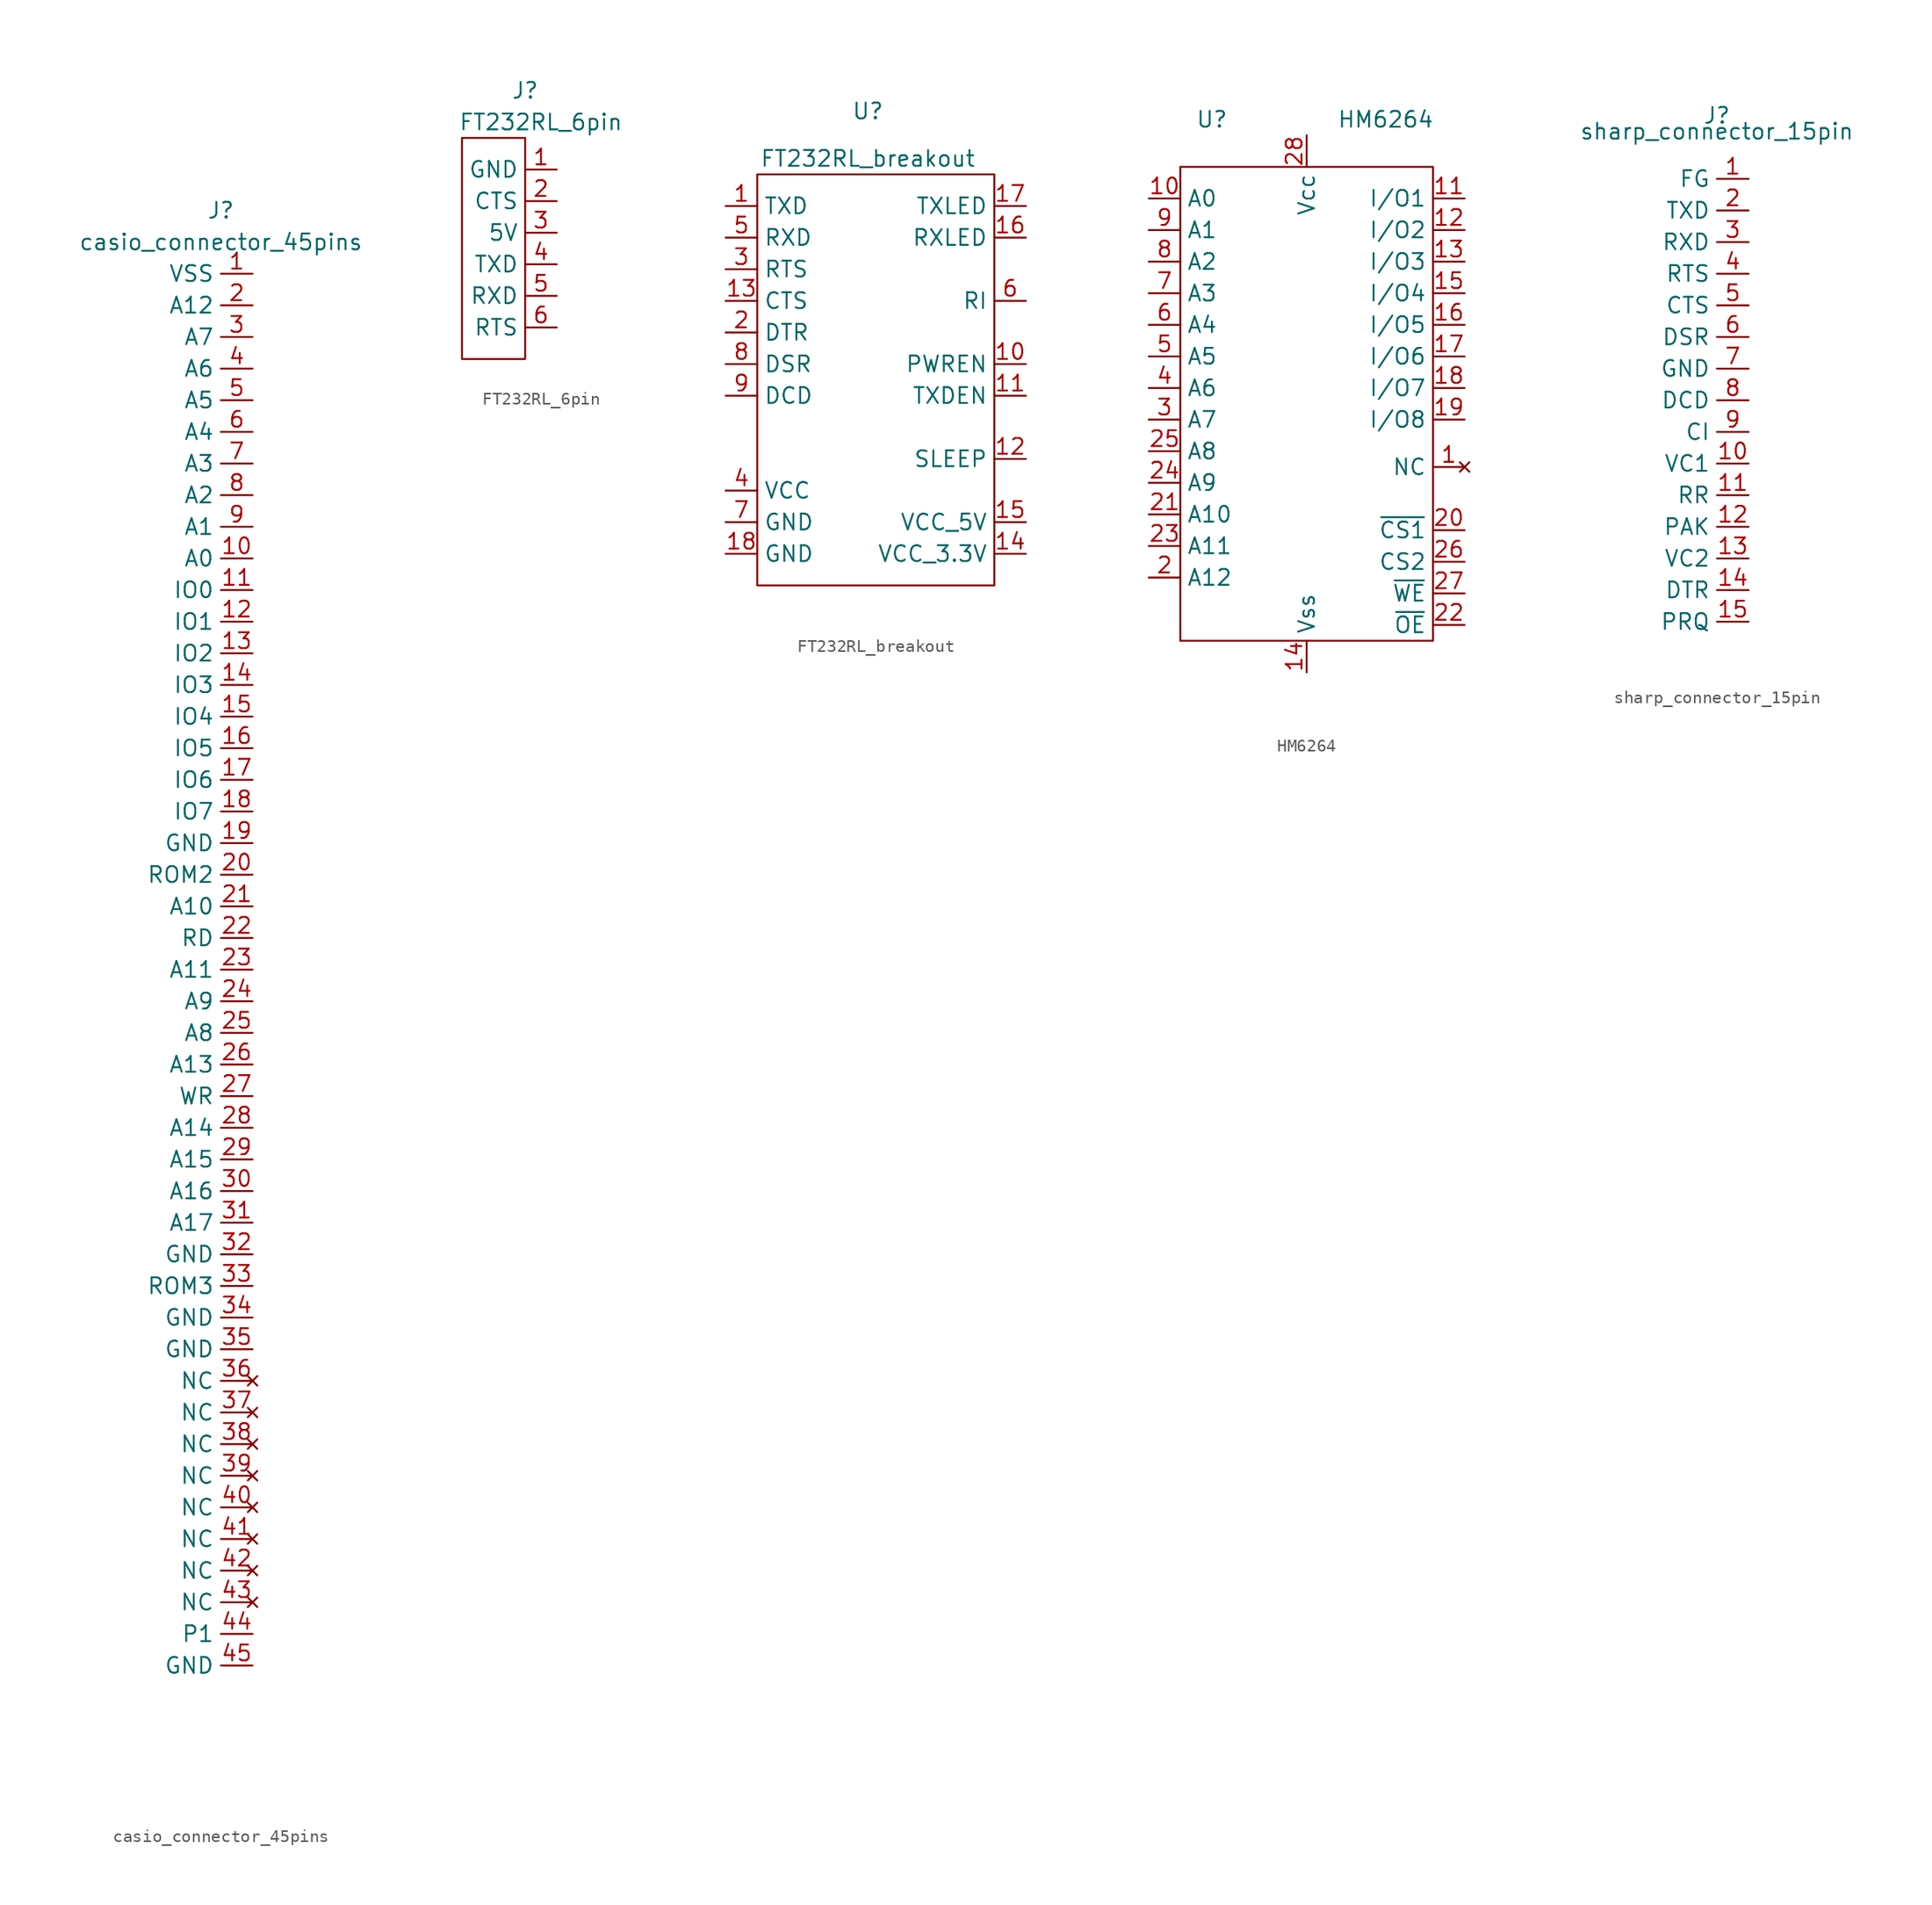
<source format=kicad_sym>
(kicad_symbol_lib
  (version 20211014)
  (generator kicad_symbol_editor)
  (symbol "casio_connector_45pins"
    (property "Reference" "J"
      (at 0 2.54 0)
      (effects (font (size 1.27 1.27))))
    (property "Value" "casio_connector_45pins"
      (at 0 0 0)
      (effects (font (size 1.27 1.27))))
    (symbol "casio_connector_45pins_1_1"
      (pin passive line (at 2.54 -2.54 180) (length 2.54) (name "VSS" (effects (font (size 1.27 1.27)))) (number "1" (effects (font (size 1.27 1.27)))))
      (pin passive line (at 2.54 -25.4 180) (length 2.54) (name "A0" (effects (font (size 1.27 1.27)))) (number "10" (effects (font (size 1.27 1.27)))))
      (pin passive line (at 2.54 -27.94 180) (length 2.54) (name "IO0" (effects (font (size 1.27 1.27)))) (number "11" (effects (font (size 1.27 1.27)))))
      (pin passive line (at 2.54 -30.48 180) (length 2.54) (name "IO1" (effects (font (size 1.27 1.27)))) (number "12" (effects (font (size 1.27 1.27)))))
      (pin passive line (at 2.54 -33.02 180) (length 2.54) (name "IO2" (effects (font (size 1.27 1.27)))) (number "13" (effects (font (size 1.27 1.27)))))
      (pin passive line (at 2.54 -35.56 180) (length 2.54) (name "IO3" (effects (font (size 1.27 1.27)))) (number "14" (effects (font (size 1.27 1.27)))))
      (pin passive line (at 2.54 -38.1 180) (length 2.54) (name "IO4" (effects (font (size 1.27 1.27)))) (number "15" (effects (font (size 1.27 1.27)))))
      (pin passive line (at 2.54 -40.64 180) (length 2.54) (name "IO5" (effects (font (size 1.27 1.27)))) (number "16" (effects (font (size 1.27 1.27)))))
      (pin passive line (at 2.54 -43.18 180) (length 2.54) (name "IO6" (effects (font (size 1.27 1.27)))) (number "17" (effects (font (size 1.27 1.27)))))
      (pin passive line (at 2.54 -45.72 180) (length 2.54) (name "IO7" (effects (font (size 1.27 1.27)))) (number "18" (effects (font (size 1.27 1.27)))))
      (pin passive line (at 2.54 -48.26 180) (length 2.54) (name "GND" (effects (font (size 1.27 1.27)))) (number "19" (effects (font (size 1.27 1.27)))))
      (pin passive line (at 2.54 -5.08 180) (length 2.54) (name "A12" (effects (font (size 1.27 1.27)))) (number "2" (effects (font (size 1.27 1.27)))))
      (pin passive line (at 2.54 -50.8 180) (length 2.54) (name "ROM2" (effects (font (size 1.27 1.27)))) (number "20" (effects (font (size 1.27 1.27)))))
      (pin passive line (at 2.54 -53.34 180) (length 2.54) (name "A10" (effects (font (size 1.27 1.27)))) (number "21" (effects (font (size 1.27 1.27)))))
      (pin passive line (at 2.54 -55.88 180) (length 2.54) (name "RD" (effects (font (size 1.27 1.27)))) (number "22" (effects (font (size 1.27 1.27)))))
      (pin passive line (at 2.54 -58.42 180) (length 2.54) (name "A11" (effects (font (size 1.27 1.27)))) (number "23" (effects (font (size 1.27 1.27)))))
      (pin passive line (at 2.54 -60.96 180) (length 2.54) (name "A9" (effects (font (size 1.27 1.27)))) (number "24" (effects (font (size 1.27 1.27)))))
      (pin passive line (at 2.54 -63.5 180) (length 2.54) (name "A8" (effects (font (size 1.27 1.27)))) (number "25" (effects (font (size 1.27 1.27)))))
      (pin passive line (at 2.54 -66.04 180) (length 2.54) (name "A13" (effects (font (size 1.27 1.27)))) (number "26" (effects (font (size 1.27 1.27)))))
      (pin passive line (at 2.54 -68.58 180) (length 2.54) (name "WR" (effects (font (size 1.27 1.27)))) (number "27" (effects (font (size 1.27 1.27)))))
      (pin passive line (at 2.54 -71.12 180) (length 2.54) (name "A14" (effects (font (size 1.27 1.27)))) (number "28" (effects (font (size 1.27 1.27)))))
      (pin passive line (at 2.54 -73.66 180) (length 2.54) (name "A15" (effects (font (size 1.27 1.27)))) (number "29" (effects (font (size 1.27 1.27)))))
      (pin passive line (at 2.54 -7.62 180) (length 2.54) (name "A7" (effects (font (size 1.27 1.27)))) (number "3" (effects (font (size 1.27 1.27)))))
      (pin passive line (at 2.54 -76.2 180) (length 2.54) (name "A16" (effects (font (size 1.27 1.27)))) (number "30" (effects (font (size 1.27 1.27)))))
      (pin passive line (at 2.54 -78.74 180) (length 2.54) (name "A17" (effects (font (size 1.27 1.27)))) (number "31" (effects (font (size 1.27 1.27)))))
      (pin passive line (at 2.54 -81.28 180) (length 2.54) (name "GND" (effects (font (size 1.27 1.27)))) (number "32" (effects (font (size 1.27 1.27)))))
      (pin passive line (at 2.54 -83.82 180) (length 2.54) (name "ROM3" (effects (font (size 1.27 1.27)))) (number "33" (effects (font (size 1.27 1.27)))))
      (pin passive line (at 2.54 -86.36 180) (length 2.54) (name "GND" (effects (font (size 1.27 1.27)))) (number "34" (effects (font (size 1.27 1.27)))))
      (pin passive line (at 2.54 -88.9 180) (length 2.54) (name "GND" (effects (font (size 1.27 1.27)))) (number "35" (effects (font (size 1.27 1.27)))))
      (pin no_connect line (at 2.54 -91.44 180) (length 2.54) (name "NC" (effects (font (size 1.27 1.27)))) (number "36" (effects (font (size 1.27 1.27)))))
      (pin no_connect line (at 2.54 -93.98 180) (length 2.54) (name "NC" (effects (font (size 1.27 1.27)))) (number "37" (effects (font (size 1.27 1.27)))))
      (pin no_connect line (at 2.54 -96.52 180) (length 2.54) (name "NC" (effects (font (size 1.27 1.27)))) (number "38" (effects (font (size 1.27 1.27)))))
      (pin no_connect line (at 2.54 -99.06 180) (length 2.54) (name "NC" (effects (font (size 1.27 1.27)))) (number "39" (effects (font (size 1.27 1.27)))))
      (pin passive line (at 2.54 -10.16 180) (length 2.54) (name "A6" (effects (font (size 1.27 1.27)))) (number "4" (effects (font (size 1.27 1.27)))))
      (pin no_connect line (at 2.54 -101.6 180) (length 2.54) (name "NC" (effects (font (size 1.27 1.27)))) (number "40" (effects (font (size 1.27 1.27)))))
      (pin no_connect line (at 2.54 -104.14 180) (length 2.54) (name "NC" (effects (font (size 1.27 1.27)))) (number "41" (effects (font (size 1.27 1.27)))))
      (pin no_connect line (at 2.54 -106.68 180) (length 2.54) (name "NC" (effects (font (size 1.27 1.27)))) (number "42" (effects (font (size 1.27 1.27)))))
      (pin no_connect line (at 2.54 -109.22 180) (length 2.54) (name "NC" (effects (font (size 1.27 1.27)))) (number "43" (effects (font (size 1.27 1.27)))))
      (pin passive line (at 2.54 -111.76 180) (length 2.54) (name "P1" (effects (font (size 1.27 1.27)))) (number "44" (effects (font (size 1.27 1.27)))))
      (pin passive line (at 2.54 -114.3 180) (length 2.54) (name "GND" (effects (font (size 1.27 1.27)))) (number "45" (effects (font (size 1.27 1.27)))))
      (pin passive line (at 2.54 -12.7 180) (length 2.54) (name "A5" (effects (font (size 1.27 1.27)))) (number "5" (effects (font (size 1.27 1.27)))))
      (pin passive line (at 2.54 -15.24 180) (length 2.54) (name "A4" (effects (font (size 1.27 1.27)))) (number "6" (effects (font (size 1.27 1.27)))))
      (pin passive line (at 2.54 -17.78 180) (length 2.54) (name "A3" (effects (font (size 1.27 1.27)))) (number "7" (effects (font (size 1.27 1.27)))))
      (pin passive line (at 2.54 -20.32 180) (length 2.54) (name "A2" (effects (font (size 1.27 1.27)))) (number "8" (effects (font (size 1.27 1.27)))))
      (pin passive line (at 2.54 -22.86 180) (length 2.54) (name "A1" (effects (font (size 1.27 1.27)))) (number "9" (effects (font (size 1.27 1.27)))))))
  (symbol "FT232RL_6pin"
    (property "Reference" "J"
      (at 0 3.81 0)
      (effects (font (size 1.27 1.27))))
    (property "Value" "FT232RL_6pin"
      (at 1.27 1.27 0)
      (effects (font (size 1.27 1.27))))
    (symbol "FT232RL_6pin_0_1"
      (rectangle (start 0 0) (end -5.08 -17.78) (stroke (width 0) (type default) (color 0 0 0 0)) (fill (type none))))
    (symbol "FT232RL_6pin_1_1"
      (pin passive line (at 2.54 -2.54 180) (length 2.54) (name "GND" (effects (font (size 1.27 1.27)))) (number "1" (effects (font (size 1.27 1.27)))))
      (pin passive line (at 2.54 -5.08 180) (length 2.54) (name "CTS" (effects (font (size 1.27 1.27)))) (number "2" (effects (font (size 1.27 1.27)))))
      (pin passive line (at 2.54 -7.62 180) (length 2.54) (name "5V" (effects (font (size 1.27 1.27)))) (number "3" (effects (font (size 1.27 1.27)))))
      (pin passive line (at 2.54 -10.16 180) (length 2.54) (name "TXD" (effects (font (size 1.27 1.27)))) (number "4" (effects (font (size 1.27 1.27)))))
      (pin passive line (at 2.54 -12.7 180) (length 2.54) (name "RXD" (effects (font (size 1.27 1.27)))) (number "5" (effects (font (size 1.27 1.27)))))
      (pin passive line (at 2.54 -15.24 180) (length 2.54) (name "RTS" (effects (font (size 1.27 1.27)))) (number "6" (effects (font (size 1.27 1.27)))))))
  (symbol "FT232RL_breakout"
    (property "Reference" "U"
      (at 0 0 0)
      (effects (font (size 1.27 1.27))))
    (property "Value" "FT232RL_breakout"
      (at 0 -3.81 0)
      (effects (font (size 1.27 1.27))))
    (symbol "FT232RL_breakout_0_1"
      (rectangle (start -8.89 -5.08) (end 10.16 -38.1) (stroke (width 0) (type default) (color 0 0 0 0)) (fill (type none))))
    (symbol "FT232RL_breakout_1_1"
      (pin passive line (at -11.43 -7.62 0) (length 2.54) (name "TXD" (effects (font (size 1.27 1.27)))) (number "1" (effects (font (size 1.27 1.27)))))
      (pin passive line (at 12.7 -20.32 180) (length 2.54) (name "PWREN" (effects (font (size 1.27 1.27)))) (number "10" (effects (font (size 1.27 1.27)))))
      (pin passive line (at 12.7 -22.86 180) (length 2.54) (name "TXDEN" (effects (font (size 1.27 1.27)))) (number "11" (effects (font (size 1.27 1.27)))))
      (pin passive line (at 12.7 -27.94 180) (length 2.54) (name "SLEEP" (effects (font (size 1.27 1.27)))) (number "12" (effects (font (size 1.27 1.27)))))
      (pin passive line (at -11.43 -15.24 0) (length 2.54) (name "CTS" (effects (font (size 1.27 1.27)))) (number "13" (effects (font (size 1.27 1.27)))))
      (pin power_out line (at 12.7 -35.56 180) (length 2.54) (name "VCC_3.3V" (effects (font (size 1.27 1.27)))) (number "14" (effects (font (size 1.27 1.27)))))
      (pin power_out line (at 12.7 -33.02 180) (length 2.54) (name "VCC_5V" (effects (font (size 1.27 1.27)))) (number "15" (effects (font (size 1.27 1.27)))))
      (pin passive line (at 12.7 -10.16 180) (length 2.54) (name "RXLED" (effects (font (size 1.27 1.27)))) (number "16" (effects (font (size 1.27 1.27)))))
      (pin passive line (at 12.7 -7.62 180) (length 2.54) (name "TXLED" (effects (font (size 1.27 1.27)))) (number "17" (effects (font (size 1.27 1.27)))))
      (pin power_out line (at -11.43 -35.56 0) (length 2.54) (name "GND" (effects (font (size 1.27 1.27)))) (number "18" (effects (font (size 1.27 1.27)))))
      (pin passive line (at -11.43 -17.78 0) (length 2.54) (name "DTR" (effects (font (size 1.27 1.27)))) (number "2" (effects (font (size 1.27 1.27)))))
      (pin passive line (at -11.43 -12.7 0) (length 2.54) (name "RTS" (effects (font (size 1.27 1.27)))) (number "3" (effects (font (size 1.27 1.27)))))
      (pin power_out line (at -11.43 -30.48 0) (length 2.54) (name "VCC" (effects (font (size 1.27 1.27)))) (number "4" (effects (font (size 1.27 1.27)))))
      (pin passive line (at -11.43 -10.16 0) (length 2.54) (name "RXD" (effects (font (size 1.27 1.27)))) (number "5" (effects (font (size 1.27 1.27)))))
      (pin passive line (at 12.7 -15.24 180) (length 2.54) (name "RI" (effects (font (size 1.27 1.27)))) (number "6" (effects (font (size 1.27 1.27)))))
      (pin power_out line (at -11.43 -33.02 0) (length 2.54) (name "GND" (effects (font (size 1.27 1.27)))) (number "7" (effects (font (size 1.27 1.27)))))
      (pin passive line (at -11.43 -20.32 0) (length 2.54) (name "DSR" (effects (font (size 1.27 1.27)))) (number "8" (effects (font (size 1.27 1.27)))))
      (pin passive line (at -11.43 -22.86 0) (length 2.54) (name "DCD" (effects (font (size 1.27 1.27)))) (number "9" (effects (font (size 1.27 1.27)))))))
  (symbol "HM6264"
    (property "Reference" "U"
      (at -7.62 3.81 0)
      (effects (font (size 1.27 1.27))))
    (property "Value" "HM6264"
      (at 6.35 3.81 0)
      (effects (font (size 1.27 1.27))))
    (symbol "HM6264_0_1"
      (rectangle (start -10.16 0) (end 10.16 -38.1) (stroke (width 0) (type default) (color 0 0 0 0)) (fill (type none))))
    (symbol "HM6264_1_1"
      (pin no_connect line (at 12.7 -24.13 180) (length 2.54) (name "NC" (effects (font (size 1.27 1.27)))) (number "1" (effects (font (size 1.27 1.27)))))
      (pin input line (at -12.7 -2.54 0) (length 2.54) (name "A0" (effects (font (size 1.27 1.27)))) (number "10" (effects (font (size 1.27 1.27)))))
      (pin tri_state line (at 12.7 -2.54 180) (length 2.54) (name "I/O1" (effects (font (size 1.27 1.27)))) (number "11" (effects (font (size 1.27 1.27)))))
      (pin tri_state line (at 12.7 -5.08 180) (length 2.54) (name "I/O2" (effects (font (size 1.27 1.27)))) (number "12" (effects (font (size 1.27 1.27)))))
      (pin tri_state line (at 12.7 -7.62 180) (length 2.54) (name "I/O3" (effects (font (size 1.27 1.27)))) (number "13" (effects (font (size 1.27 1.27)))))
      (pin power_in line (at 0 -40.64 90) (length 2.54) (name "Vss" (effects (font (size 1.27 1.27)))) (number "14" (effects (font (size 1.27 1.27)))))
      (pin tri_state line (at 12.7 -10.16 180) (length 2.54) (name "I/O4" (effects (font (size 1.27 1.27)))) (number "15" (effects (font (size 1.27 1.27)))))
      (pin tri_state line (at 12.7 -12.7 180) (length 2.54) (name "I/O5" (effects (font (size 1.27 1.27)))) (number "16" (effects (font (size 1.27 1.27)))))
      (pin tri_state line (at 12.7 -15.24 180) (length 2.54) (name "I/O6" (effects (font (size 1.27 1.27)))) (number "17" (effects (font (size 1.27 1.27)))))
      (pin tri_state line (at 12.7 -17.78 180) (length 2.54) (name "I/O7" (effects (font (size 1.27 1.27)))) (number "18" (effects (font (size 1.27 1.27)))))
      (pin tri_state line (at 12.7 -20.32 180) (length 2.54) (name "I/O8" (effects (font (size 1.27 1.27)))) (number "19" (effects (font (size 1.27 1.27)))))
      (pin input line (at -12.7 -33.02 0) (length 2.54) (name "A12" (effects (font (size 1.27 1.27)))) (number "2" (effects (font (size 1.27 1.27)))))
      (pin input line (at 12.7 -29.21 180) (length 2.54) (name "~{CS1}" (effects (font (size 1.27 1.27)))) (number "20" (effects (font (size 1.27 1.27)))))
      (pin input line (at -12.7 -27.94 0) (length 2.54) (name "A10" (effects (font (size 1.27 1.27)))) (number "21" (effects (font (size 1.27 1.27)))))
      (pin input line (at 12.7 -36.83 180) (length 2.54) (name "~{OE}" (effects (font (size 1.27 1.27)))) (number "22" (effects (font (size 1.27 1.27)))))
      (pin input line (at -12.7 -30.48 0) (length 2.54) (name "A11" (effects (font (size 1.27 1.27)))) (number "23" (effects (font (size 1.27 1.27)))))
      (pin input line (at -12.7 -25.4 0) (length 2.54) (name "A9" (effects (font (size 1.27 1.27)))) (number "24" (effects (font (size 1.27 1.27)))))
      (pin input line (at -12.7 -22.86 0) (length 2.54) (name "A8" (effects (font (size 1.27 1.27)))) (number "25" (effects (font (size 1.27 1.27)))))
      (pin input line (at 12.7 -31.75 180) (length 2.54) (name "CS2" (effects (font (size 1.27 1.27)))) (number "26" (effects (font (size 1.27 1.27)))))
      (pin input line (at 12.7 -34.29 180) (length 2.54) (name "~{WE}" (effects (font (size 1.27 1.27)))) (number "27" (effects (font (size 1.27 1.27)))))
      (pin power_in line (at 0 2.54 270) (length 2.54) (name "Vcc" (effects (font (size 1.27 1.27)))) (number "28" (effects (font (size 1.27 1.27)))))
      (pin input line (at -12.7 -20.32 0) (length 2.54) (name "A7" (effects (font (size 1.27 1.27)))) (number "3" (effects (font (size 1.27 1.27)))))
      (pin input line (at -12.7 -17.78 0) (length 2.54) (name "A6" (effects (font (size 1.27 1.27)))) (number "4" (effects (font (size 1.27 1.27)))))
      (pin input line (at -12.7 -15.24 0) (length 2.54) (name "A5" (effects (font (size 1.27 1.27)))) (number "5" (effects (font (size 1.27 1.27)))))
      (pin input line (at -12.7 -12.7 0) (length 2.54) (name "A4" (effects (font (size 1.27 1.27)))) (number "6" (effects (font (size 1.27 1.27)))))
      (pin input line (at -12.7 -10.16 0) (length 2.54) (name "A3" (effects (font (size 1.27 1.27)))) (number "7" (effects (font (size 1.27 1.27)))))
      (pin input line (at -12.7 -7.62 0) (length 2.54) (name "A2" (effects (font (size 1.27 1.27)))) (number "8" (effects (font (size 1.27 1.27)))))
      (pin input line (at -12.7 -5.08 0) (length 2.54) (name "A1" (effects (font (size 1.27 1.27)))) (number "9" (effects (font (size 1.27 1.27)))))))
  (symbol "sharp_connector_15pin"
    (property "Reference" "J"
      (at 0 0 0)
      (effects (font (size 1.27 1.27))))
    (property "Value" "sharp_connector_15pin"
      (at 0 -1.27 0)
      (effects (font (size 1.27 1.27))))
    (symbol "sharp_connector_15pin_1_1"
      (pin passive line (at 2.54 -5.08 180) (length 2.54) (name "FG" (effects (font (size 1.27 1.27)))) (number "1" (effects (font (size 1.27 1.27)))))
      (pin passive line (at 2.54 -27.94 180) (length 2.54) (name "VC1" (effects (font (size 1.27 1.27)))) (number "10" (effects (font (size 1.27 1.27)))))
      (pin passive line (at 2.54 -30.48 180) (length 2.54) (name "RR" (effects (font (size 1.27 1.27)))) (number "11" (effects (font (size 1.27 1.27)))))
      (pin passive line (at 2.54 -33.02 180) (length 2.54) (name "PAK" (effects (font (size 1.27 1.27)))) (number "12" (effects (font (size 1.27 1.27)))))
      (pin passive line (at 2.54 -35.56 180) (length 2.54) (name "VC2" (effects (font (size 1.27 1.27)))) (number "13" (effects (font (size 1.27 1.27)))))
      (pin passive line (at 2.54 -38.1 180) (length 2.54) (name "DTR" (effects (font (size 1.27 1.27)))) (number "14" (effects (font (size 1.27 1.27)))))
      (pin passive line (at 2.54 -40.64 180) (length 2.54) (name "PRQ" (effects (font (size 1.27 1.27)))) (number "15" (effects (font (size 1.27 1.27)))))
      (pin passive line (at 2.54 -7.62 180) (length 2.54) (name "TXD" (effects (font (size 1.27 1.27)))) (number "2" (effects (font (size 1.27 1.27)))))
      (pin passive line (at 2.54 -10.16 180) (length 2.54) (name "RXD" (effects (font (size 1.27 1.27)))) (number "3" (effects (font (size 1.27 1.27)))))
      (pin passive line (at 2.54 -12.7 180) (length 2.54) (name "RTS" (effects (font (size 1.27 1.27)))) (number "4" (effects (font (size 1.27 1.27)))))
      (pin passive line (at 2.54 -15.24 180) (length 2.54) (name "CTS" (effects (font (size 1.27 1.27)))) (number "5" (effects (font (size 1.27 1.27)))))
      (pin passive line (at 2.54 -17.78 180) (length 2.54) (name "DSR" (effects (font (size 1.27 1.27)))) (number "6" (effects (font (size 1.27 1.27)))))
      (pin passive line (at 2.54 -20.32 180) (length 2.54) (name "GND" (effects (font (size 1.27 1.27)))) (number "7" (effects (font (size 1.27 1.27)))))
      (pin passive line (at 2.54 -22.86 180) (length 2.54) (name "DCD" (effects (font (size 1.27 1.27)))) (number "8" (effects (font (size 1.27 1.27)))))
      (pin passive line (at 2.54 -25.4 180) (length 2.54) (name "CI" (effects (font (size 1.27 1.27)))) (number "9" (effects (font (size 1.27 1.27))))))))
</source>
